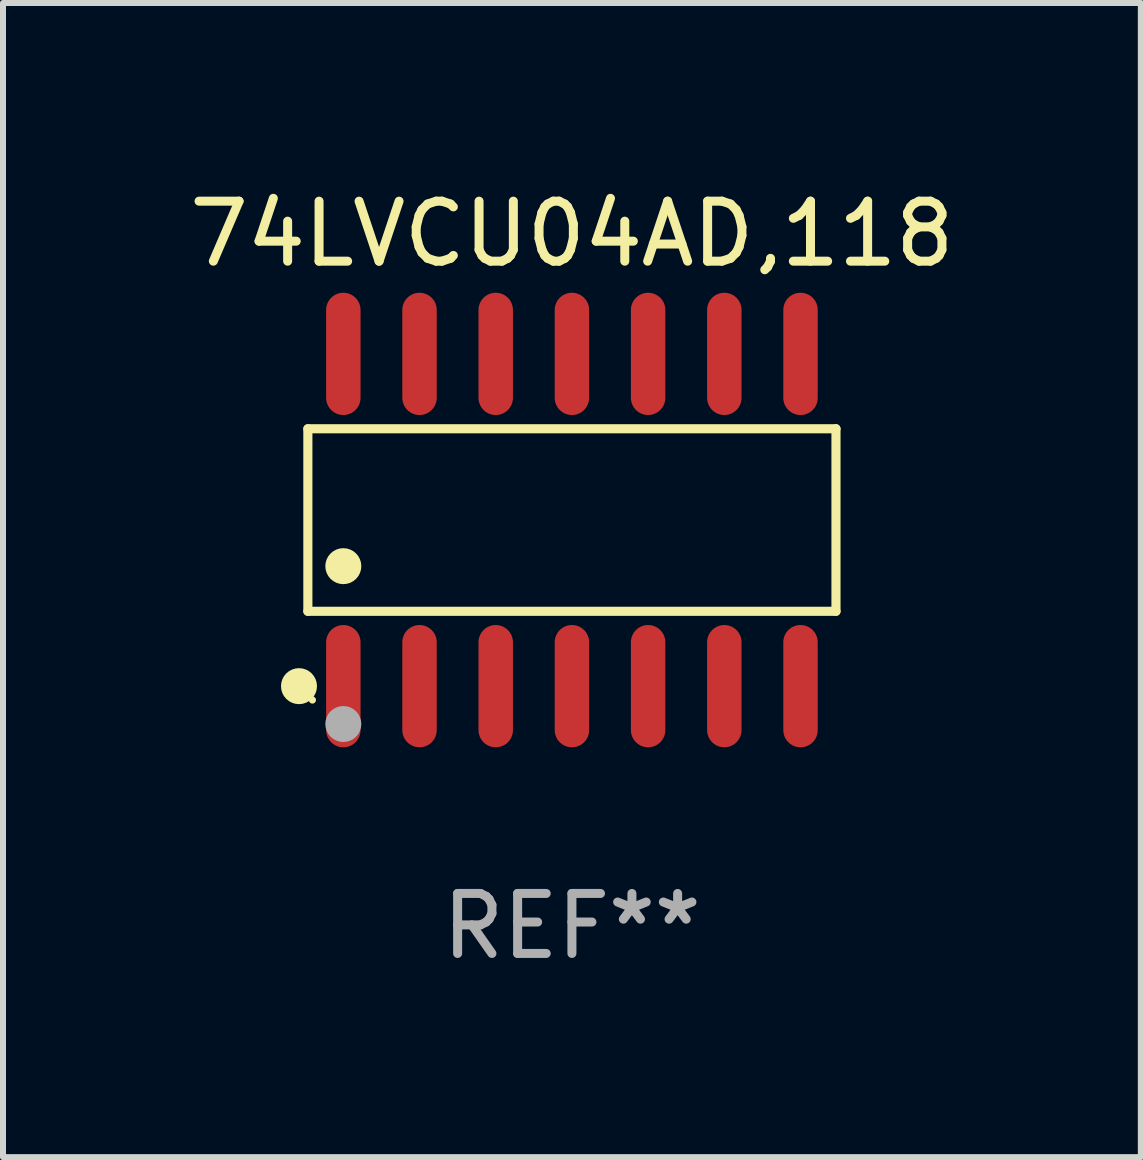
<source format=kicad_pcb>
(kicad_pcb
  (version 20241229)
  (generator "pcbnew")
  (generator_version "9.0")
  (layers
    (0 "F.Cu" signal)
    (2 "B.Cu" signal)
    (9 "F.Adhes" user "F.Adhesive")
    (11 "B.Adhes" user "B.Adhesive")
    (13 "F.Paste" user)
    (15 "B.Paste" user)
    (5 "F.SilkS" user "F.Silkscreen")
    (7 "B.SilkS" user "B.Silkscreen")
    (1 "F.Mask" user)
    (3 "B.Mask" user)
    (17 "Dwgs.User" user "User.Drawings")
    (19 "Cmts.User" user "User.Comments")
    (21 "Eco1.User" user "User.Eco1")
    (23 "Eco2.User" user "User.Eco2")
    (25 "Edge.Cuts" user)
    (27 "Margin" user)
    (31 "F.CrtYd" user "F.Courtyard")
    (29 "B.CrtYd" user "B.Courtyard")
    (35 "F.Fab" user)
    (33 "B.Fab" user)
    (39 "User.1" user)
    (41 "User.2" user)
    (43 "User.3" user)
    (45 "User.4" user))
  (footprint "74LVCU04AD,118"
    (layer "F.Cu")
    (at 6.482 5.617)
    (property "Reference" "74LVCU04AD,118" (at 0 -4.769 0) (layer "F.SilkS") (effects (font (size 1 1) (thickness 0.15))))
    (attr through_hole)
    (fp_line (start -4.401 -1.521) (end 4.401 -1.521) (stroke (width 0.152) (type solid)) (layer "F.SilkS"))
    (fp_line (start -4.401 1.521) (end -4.401 -1.521) (stroke (width 0.152) (type solid)) (layer "F.SilkS"))
    (fp_line (start 4.401 -1.521) (end 4.401 1.521) (stroke (width 0.152) (type solid)) (layer "F.SilkS"))
    (fp_line (start 4.401 1.521) (end -4.401 1.521) (stroke (width 0.152) (type solid)) (layer "F.SilkS"))
    (fp_circle (center -4.549 2.769) (end -4.399 2.769) (stroke (width 0.3) (type solid)) (fill no) (layer "F.SilkS"))
    (fp_circle (center -4.325 3) (end -4.295 3) (stroke (width 0.06) (type solid)) (fill no) (layer "F.SilkS"))
    (fp_circle (center -3.81 0.769) (end -3.66 0.769) (stroke (width 0.3) (type solid)) (fill no) (layer "F.SilkS"))
    (fp_circle (center -3.81 3.4) (end -3.66 3.4) (stroke (width 0.3) (type solid)) (fill no) (layer "F.Fab"))
    (fp_text user "REF**" (at 0 6.769 0) (layer "F.Fab") (effects (font (size 1 1) (thickness 0.15))))
    (pad "1" smd oval (at -3.81 2.769) (size 0.574 2.038) (layers "F.Cu" "F.Mask" "F.Paste"))
    (pad "2" smd oval (at -2.54 2.769) (size 0.574 2.038) (layers "F.Cu" "F.Mask" "F.Paste"))
    (pad "3" smd oval (at -1.27 2.769) (size 0.574 2.038) (layers "F.Cu" "F.Mask" "F.Paste"))
    (pad "4" smd oval (at 0 2.769) (size 0.574 2.038) (layers "F.Cu" "F.Mask" "F.Paste"))
    (pad "5" smd oval (at 1.27 2.769) (size 0.574 2.038) (layers "F.Cu" "F.Mask" "F.Paste"))
    (pad "6" smd oval (at 2.54 2.769) (size 0.574 2.038) (layers "F.Cu" "F.Mask" "F.Paste"))
    (pad "7" smd oval (at 3.81 2.769) (size 0.574 2.038) (layers "F.Cu" "F.Mask" "F.Paste"))
    (pad "8" smd oval (at 3.81 -2.769) (size 0.574 2.038) (layers "F.Cu" "F.Mask" "F.Paste"))
    (pad "9" smd oval (at 2.54 -2.769) (size 0.574 2.038) (layers "F.Cu" "F.Mask" "F.Paste"))
    (pad "10" smd oval (at 1.27 -2.769) (size 0.574 2.038) (layers "F.Cu" "F.Mask" "F.Paste"))
    (pad "11" smd oval (at 0 -2.769) (size 0.574 2.038) (layers "F.Cu" "F.Mask" "F.Paste"))
    (pad "12" smd oval (at -1.27 -2.769) (size 0.574 2.038) (layers "F.Cu" "F.Mask" "F.Paste"))
    (pad "13" smd oval (at -2.54 -2.769) (size 0.574 2.038) (layers "F.Cu" "F.Mask" "F.Paste"))
    (pad "14" smd oval (at -3.81 -2.769) (size 0.574 2.038) (layers "F.Cu" "F.Mask" "F.Paste")))
  (gr_rect
    (start -3 -3)
    (end 15.964 16.235)
    (stroke (width 0.1) (type default))
    (fill no)
    (layer "Edge.Cuts")))
</source>
